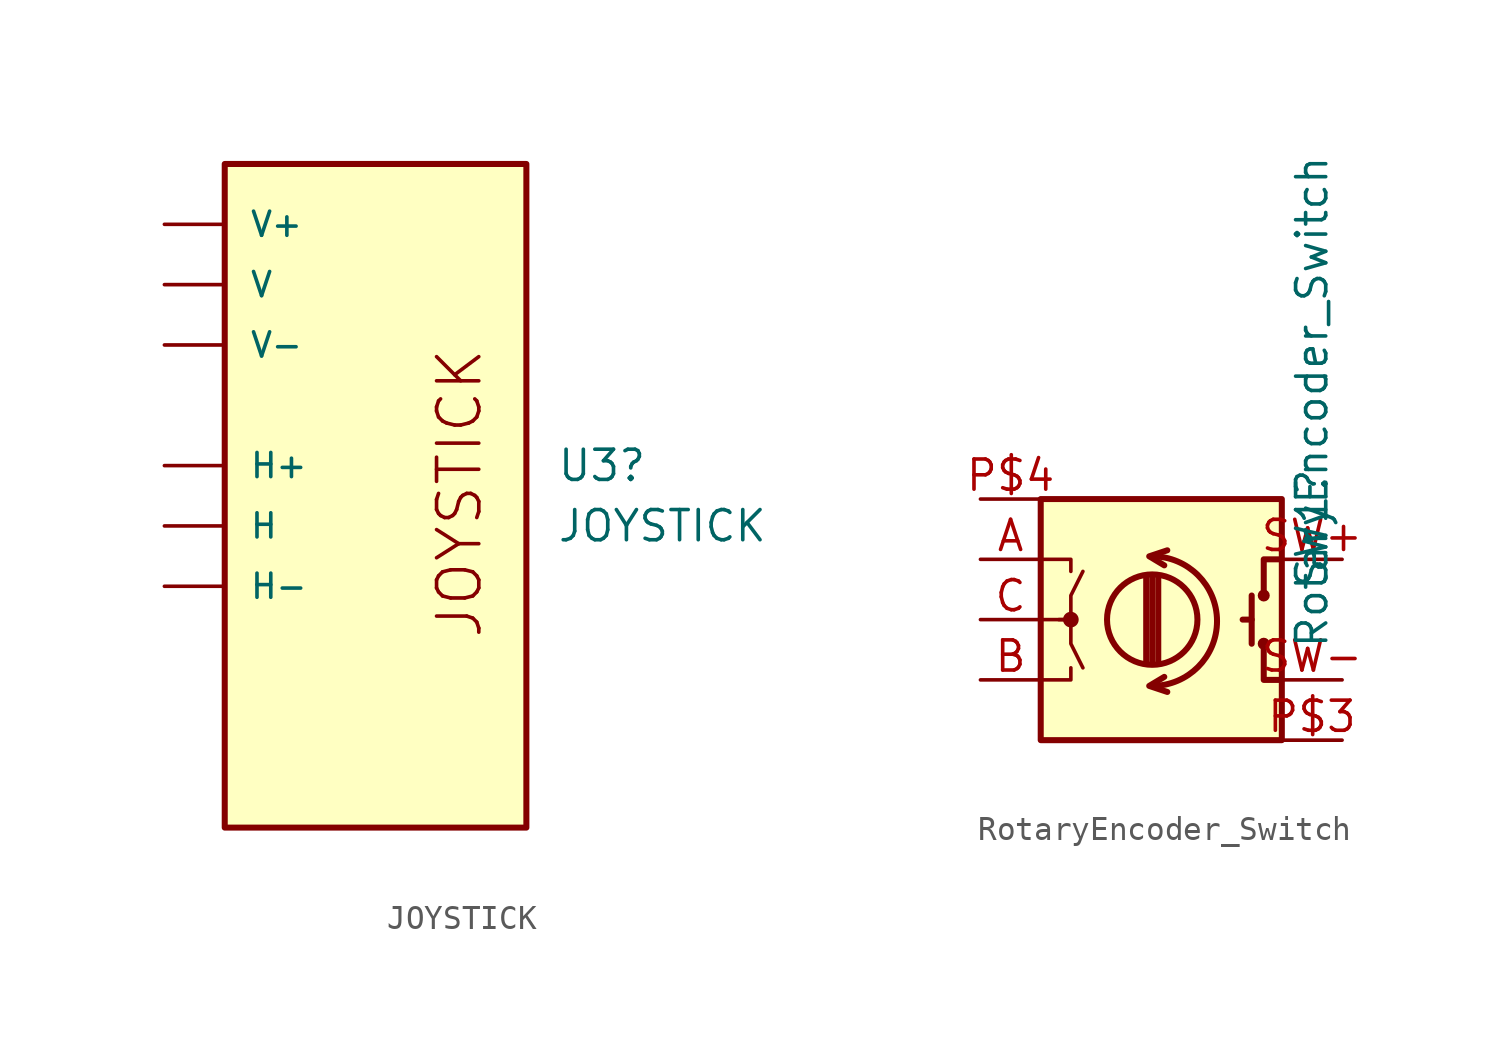
<source format=kicad_sym>
(kicad_symbol_lib
  (version 20211014)
  (generator kicad_symbol_editor)
  (symbol "JOYSTICK"
    (pin_numbers hide)
    (pin_names
      (offset 1.016))
    (property "Reference" "U3"
      (at 6.35 0.0001 0)
      (effects (font (size 1.27 1.27)) (justify left)))
    (property "Value" "JOYSTICK"
      (at 6.35 -2.54 0)
      (effects (font (size 1.27 1.27)) (justify left)))
    (property "ki_locked" ""
      (at 0 0 0)
      (effects (font (size 1.27 1.27))))
    (symbol "JOYSTICK_0_0"
      (rectangle (start -7.62 -15.24) (end 5.08 12.7) (stroke (width 0.254) (type default) (color 0 0 0 0)) (fill (type background)))
      (text "JOYSTICK" (at 3.302 -7.366 900) (effects (font (size 1.778 1.778)) (justify left bottom)))
      (pin power_in line (at -10.16 0 0) (length 2.54) (name "H+" (effects (font (size 1.016 1.016)))) (number "H1" (effects (font (size 1.016 1.016)))))
      (pin bidirectional line (at -10.16 -2.54 0) (length 2.54) (name "H" (effects (font (size 1.016 1.016)))) (number "H2" (effects (font (size 1.016 1.016)))))
      (pin power_in line (at -10.16 -5.08 0) (length 2.54) (name "H-" (effects (font (size 1.016 1.016)))) (number "H3" (effects (font (size 1.016 1.016)))))
      (pin power_in line (at -10.16 10.16 0) (length 2.54) (name "V+" (effects (font (size 1.016 1.016)))) (number "V1" (effects (font (size 1.016 1.016)))))
      (pin bidirectional line (at -10.16 7.62 0) (length 2.54) (name "V" (effects (font (size 1.016 1.016)))) (number "V2" (effects (font (size 1.016 1.016)))))
      (pin power_in line (at -10.16 5.08 0) (length 2.54) (name "V-" (effects (font (size 1.016 1.016)))) (number "V3" (effects (font (size 1.016 1.016)))))))
  (symbol "RotaryEncoder_Switch"
    (pin_names
      (offset 0.254) hide)
    (property "Reference" "SW1"
      (at 6.35 1.27 90)
      (effects (font (size 1.27 1.27)) (justify left)))
    (property "Value" "RotaryEncoder_Switch"
      (at 6.35 -1.27 90)
      (effects (font (size 1.27 1.27)) (justify left)))
    (symbol "RotaryEncoder_Switch_0_1"
      (rectangle (start -5.08 5.08) (end 5.08 -5.08) (stroke (width 0.254) (type default) (color 0 0 0 0)) (fill (type background)))
      (circle (center -3.81 0) (radius 0.254) (stroke (width 0) (type default) (color 0 0 0 0)) (fill (type outline)))
      (arc (start -0.381 -2.794) (mid 2.3622 -0.0508) (end -0.381 2.667) (stroke (width 0.254) (type default) (color 0 0 0 0)) (fill (type none)))
      (circle (center -0.381 0) (radius 1.905) (stroke (width 0.254) (type default) (color 0 0 0 0)) (fill (type none)))
      (polyline (pts (xy -0.635 -1.778) (xy -0.635 1.778)) (stroke (width 0.254) (type default) (color 0 0 0 0)) (fill (type none)))
      (polyline (pts (xy -0.381 -1.778) (xy -0.381 1.778)) (stroke (width 0.254) (type default) (color 0 0 0 0)) (fill (type none)))
      (polyline (pts (xy -0.127 1.778) (xy -0.127 -1.778)) (stroke (width 0.254) (type default) (color 0 0 0 0)) (fill (type none)))
      (polyline (pts (xy 3.81 0) (xy 3.429 0)) (stroke (width 0.254) (type default) (color 0 0 0 0)) (fill (type none)))
      (polyline (pts (xy 3.81 1.016) (xy 3.81 -1.016)) (stroke (width 0.254) (type default) (color 0 0 0 0)) (fill (type none)))
      (polyline (pts (xy -5.08 -2.54) (xy -3.81 -2.54) (xy -3.81 -2.032)) (stroke (width 0) (type default) (color 0 0 0 0)) (fill (type none)))
      (polyline (pts (xy -5.08 2.54) (xy -3.81 2.54) (xy -3.81 2.032)) (stroke (width 0) (type default) (color 0 0 0 0)) (fill (type none)))
      (polyline (pts (xy 0.254 -3.048) (xy -0.508 -2.794) (xy 0.127 -2.413)) (stroke (width 0.254) (type default) (color 0 0 0 0)) (fill (type none)))
      (polyline (pts (xy 0.254 2.921) (xy -0.508 2.667) (xy 0.127 2.286)) (stroke (width 0.254) (type default) (color 0 0 0 0)) (fill (type none)))
      (polyline (pts (xy 5.08 -2.54) (xy 4.318 -2.54) (xy 4.318 -1.016)) (stroke (width 0.254) (type default) (color 0 0 0 0)) (fill (type none)))
      (polyline (pts (xy 5.08 2.54) (xy 4.318 2.54) (xy 4.318 1.016)) (stroke (width 0.254) (type default) (color 0 0 0 0)) (fill (type none)))
      (polyline (pts (xy -5.08 0) (xy -3.81 0) (xy -3.81 -1.016) (xy -3.302 -2.032)) (stroke (width 0) (type default) (color 0 0 0 0)) (fill (type none)))
      (polyline (pts (xy -4.318 0) (xy -3.81 0) (xy -3.81 1.016) (xy -3.302 2.032)) (stroke (width 0) (type default) (color 0 0 0 0)) (fill (type none)))
      (circle (center 4.318 -1.016) (radius 0.127) (stroke (width 0.254) (type default) (color 0 0 0 0)) (fill (type none)))
      (circle (center 4.318 1.016) (radius 0.127) (stroke (width 0.254) (type default) (color 0 0 0 0)) (fill (type none))))
    (symbol "RotaryEncoder_Switch_1_1"
      (pin passive line (at -7.62 2.54 0) (length 2.54) (name "A" (effects (font (size 1.27 1.27)))) (number "A" (effects (font (size 1.27 1.27)))))
      (pin passive line (at -7.62 -2.54 0) (length 2.54) (name "B" (effects (font (size 1.27 1.27)))) (number "B" (effects (font (size 1.27 1.27)))))
      (pin passive line (at -7.62 0 0) (length 2.54) (name "C" (effects (font (size 1.27 1.27)))) (number "C" (effects (font (size 1.27 1.27)))))
      (pin passive line (at 7.62 -5.08 180) (length 2.54) (name "P$3" (effects (font (size 1.27 1.27)))) (number "P$3" (effects (font (size 1.27 1.27)))))
      (pin passive line (at -7.62 5.08 0) (length 2.54) (name "P$4" (effects (font (size 1.27 1.27)))) (number "P$4" (effects (font (size 1.27 1.27)))))
      (pin passive line (at 7.62 2.54 180) (length 2.54) (name "SW+" (effects (font (size 1.27 1.27)))) (number "SW+" (effects (font (size 1.27 1.27)))) (alternate "SW+" passive line))
      (pin passive line (at 7.62 -2.54 180) (length 2.54) (name "SW-" (effects (font (size 1.27 1.27)))) (number "SW-" (effects (font (size 1.27 1.27))))))))
</source>
